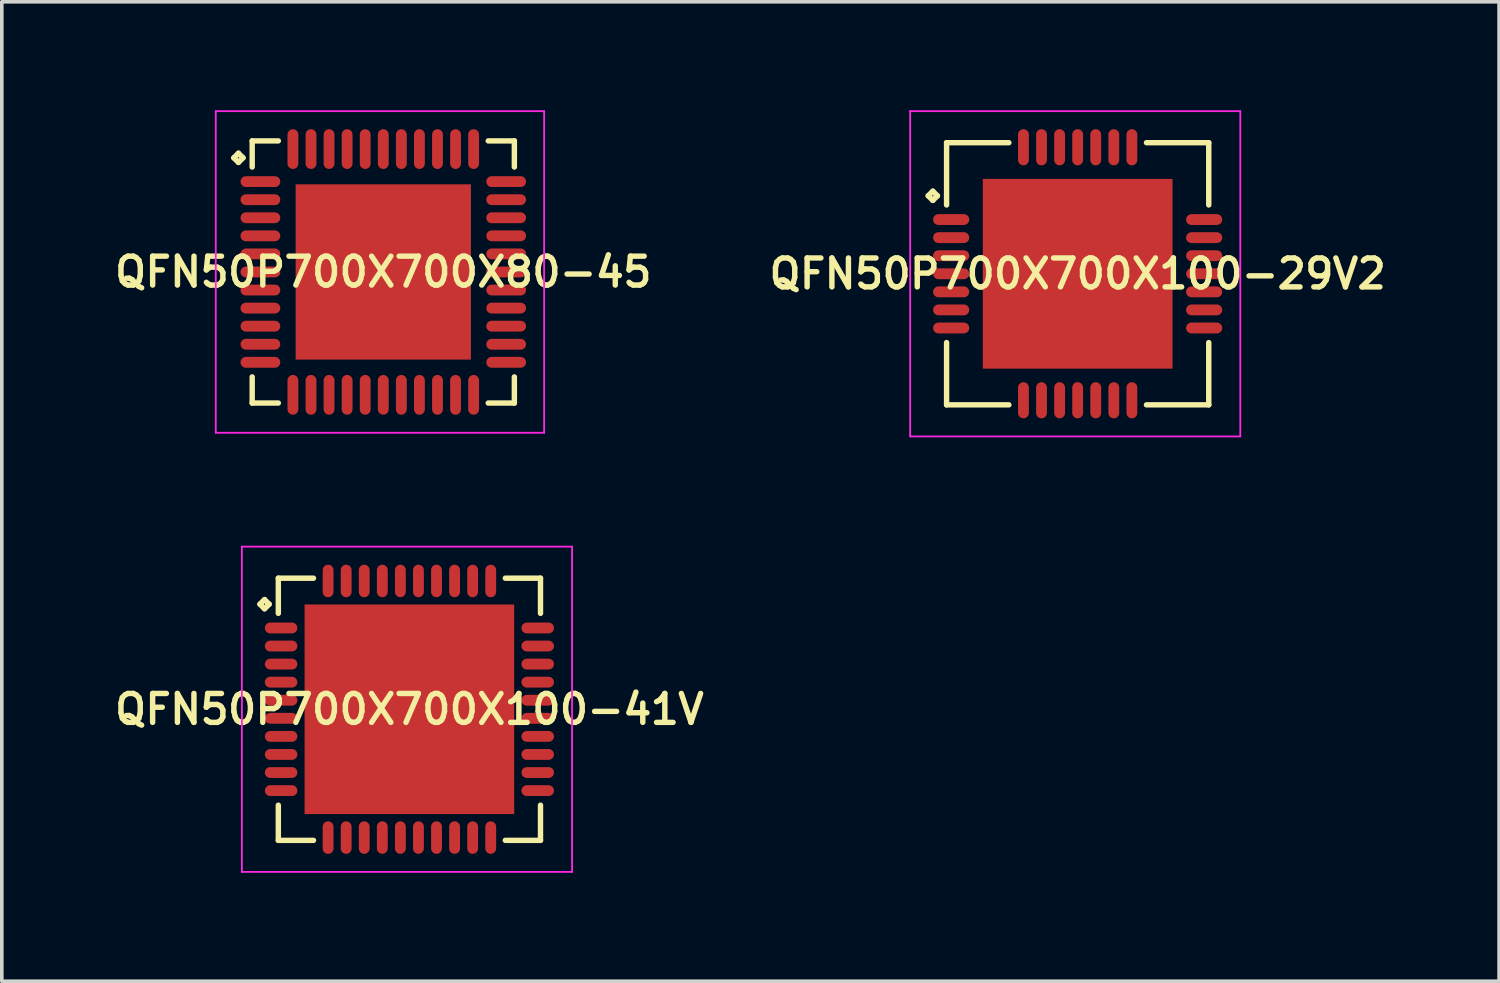
<source format=kicad_pcb>
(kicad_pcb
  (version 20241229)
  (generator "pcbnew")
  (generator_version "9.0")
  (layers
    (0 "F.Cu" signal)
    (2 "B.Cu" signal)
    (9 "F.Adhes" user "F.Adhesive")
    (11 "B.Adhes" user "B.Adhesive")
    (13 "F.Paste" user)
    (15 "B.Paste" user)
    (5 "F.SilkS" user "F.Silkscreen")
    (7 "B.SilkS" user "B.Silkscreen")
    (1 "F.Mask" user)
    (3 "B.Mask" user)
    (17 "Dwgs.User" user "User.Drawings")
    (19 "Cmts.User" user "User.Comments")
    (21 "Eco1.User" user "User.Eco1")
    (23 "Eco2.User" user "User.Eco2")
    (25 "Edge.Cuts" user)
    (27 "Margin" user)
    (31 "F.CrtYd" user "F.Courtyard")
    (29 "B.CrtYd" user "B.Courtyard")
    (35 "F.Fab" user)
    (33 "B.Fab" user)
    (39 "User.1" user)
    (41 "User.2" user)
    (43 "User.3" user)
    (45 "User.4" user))
  (footprint "QFN50P700X700X100-41V"
    (layer "F.Cu")
    (at 8.278 16.575)
    (property "Reference" "QFN50P700X700X100-41V" (at 0 0 0) (layer "F.SilkS") (effects (font (size 0.8 0.8) (thickness 0.15))))
    (attr smd)
    (fp_line (start -4.135 -2.908) (end -4.008 -3.035) (stroke (width 0.15) (type solid)) (layer "F.SilkS"))
    (fp_line (start -4.008 -3.035) (end -3.881 -2.908) (stroke (width 0.15) (type solid)) (layer "F.SilkS"))
    (fp_line (start -4.008 -2.781) (end -4.135 -2.908) (stroke (width 0.15) (type solid)) (layer "F.SilkS"))
    (fp_line (start -3.881 -2.908) (end -4.008 -2.781) (stroke (width 0.15) (type solid)) (layer "F.SilkS"))
    (fp_line (start -3.627 -3.627) (end -2.654 -3.627) (stroke (width 0.15) (type solid)) (layer "F.SilkS"))
    (fp_line (start -3.627 -2.654) (end -3.627 -3.627) (stroke (width 0.15) (type solid)) (layer "F.SilkS"))
    (fp_line (start -3.627 2.654) (end -3.627 3.627) (stroke (width 0.15) (type solid)) (layer "F.SilkS"))
    (fp_line (start -3.627 3.627) (end -2.654 3.627) (stroke (width 0.15) (type solid)) (layer "F.SilkS"))
    (fp_line (start 2.654 -3.627) (end 3.627 -3.627) (stroke (width 0.15) (type solid)) (layer "F.SilkS"))
    (fp_line (start 2.654 3.627) (end 3.627 3.627) (stroke (width 0.15) (type solid)) (layer "F.SilkS"))
    (fp_line (start 3.627 -3.627) (end 3.627 -2.654) (stroke (width 0.15) (type solid)) (layer "F.SilkS"))
    (fp_line (start 3.627 3.627) (end 3.627 2.654) (stroke (width 0.15) (type solid)) (layer "F.SilkS"))
    (fp_line (start -4.635 -4.5) (end 4.5 -4.5) (stroke (width 0.05) (type solid)) (layer "F.CrtYd"))
    (fp_line (start -4.635 4.5) (end -4.635 -4.5) (stroke (width 0.05) (type solid)) (layer "F.CrtYd"))
    (fp_line (start 4.5 -4.5) (end 4.5 4.5) (stroke (width 0.05) (type solid)) (layer "F.CrtYd"))
    (fp_line (start 4.5 4.5) (end -4.635 4.5) (stroke (width 0.05) (type solid)) (layer "F.CrtYd"))
    (pad "1" smd oval (at -3.55 -2.25) (size 0.9 0.3) (layers "F.Cu" "F.Mask" "F.Paste"))
    (pad "2" smd oval (at -3.55 -1.75) (size 0.9 0.3) (layers "F.Cu" "F.Mask" "F.Paste"))
    (pad "3" smd oval (at -3.55 -1.25) (size 0.9 0.3) (layers "F.Cu" "F.Mask" "F.Paste"))
    (pad "4" smd oval (at -3.55 -0.75) (size 0.9 0.3) (layers "F.Cu" "F.Mask" "F.Paste"))
    (pad "5" smd oval (at -3.55 -0.25) (size 0.9 0.3) (layers "F.Cu" "F.Mask" "F.Paste"))
    (pad "6" smd oval (at -3.55 0.25) (size 0.9 0.3) (layers "F.Cu" "F.Mask" "F.Paste"))
    (pad "7" smd oval (at -3.55 0.75) (size 0.9 0.3) (layers "F.Cu" "F.Mask" "F.Paste"))
    (pad "8" smd oval (at -3.55 1.25) (size 0.9 0.3) (layers "F.Cu" "F.Mask" "F.Paste"))
    (pad "9" smd oval (at -3.55 1.75) (size 0.9 0.3) (layers "F.Cu" "F.Mask" "F.Paste"))
    (pad "10" smd oval (at -3.55 2.25) (size 0.9 0.3) (layers "F.Cu" "F.Mask" "F.Paste"))
    (pad "11" smd oval (at -2.25 3.55) (size 0.3 0.9) (layers "F.Cu" "F.Mask" "F.Paste"))
    (pad "12" smd oval (at -1.75 3.55) (size 0.3 0.9) (layers "F.Cu" "F.Mask" "F.Paste"))
    (pad "13" smd oval (at -1.25 3.55) (size 0.3 0.9) (layers "F.Cu" "F.Mask" "F.Paste"))
    (pad "14" smd oval (at -0.75 3.55) (size 0.3 0.9) (layers "F.Cu" "F.Mask" "F.Paste"))
    (pad "15" smd oval (at -0.25 3.55) (size 0.3 0.9) (layers "F.Cu" "F.Mask" "F.Paste"))
    (pad "16" smd oval (at 0.25 3.55) (size 0.3 0.9) (layers "F.Cu" "F.Mask" "F.Paste"))
    (pad "17" smd oval (at 0.75 3.55) (size 0.3 0.9) (layers "F.Cu" "F.Mask" "F.Paste"))
    (pad "18" smd oval (at 1.25 3.55) (size 0.3 0.9) (layers "F.Cu" "F.Mask" "F.Paste"))
    (pad "19" smd oval (at 1.75 3.55) (size 0.3 0.9) (layers "F.Cu" "F.Mask" "F.Paste"))
    (pad "20" smd oval (at 2.25 3.55) (size 0.3 0.9) (layers "F.Cu" "F.Mask" "F.Paste"))
    (pad "21" smd oval (at 3.55 2.25) (size 0.9 0.3) (layers "F.Cu" "F.Mask" "F.Paste"))
    (pad "22" smd oval (at 3.55 1.75) (size 0.9 0.3) (layers "F.Cu" "F.Mask" "F.Paste"))
    (pad "23" smd oval (at 3.55 1.25) (size 0.9 0.3) (layers "F.Cu" "F.Mask" "F.Paste"))
    (pad "24" smd oval (at 3.55 0.75) (size 0.9 0.3) (layers "F.Cu" "F.Mask" "F.Paste"))
    (pad "25" smd oval (at 3.55 0.25) (size 0.9 0.3) (layers "F.Cu" "F.Mask" "F.Paste"))
    (pad "26" smd oval (at 3.55 -0.25) (size 0.9 0.3) (layers "F.Cu" "F.Mask" "F.Paste"))
    (pad "27" smd oval (at 3.55 -0.75) (size 0.9 0.3) (layers "F.Cu" "F.Mask" "F.Paste"))
    (pad "28" smd oval (at 3.55 -1.25) (size 0.9 0.3) (layers "F.Cu" "F.Mask" "F.Paste"))
    (pad "29" smd oval (at 3.55 -1.75) (size 0.9 0.3) (layers "F.Cu" "F.Mask" "F.Paste"))
    (pad "30" smd oval (at 3.55 -2.25) (size 0.9 0.3) (layers "F.Cu" "F.Mask" "F.Paste"))
    (pad "31" smd oval (at 2.25 -3.55) (size 0.3 0.9) (layers "F.Cu" "F.Mask" "F.Paste"))
    (pad "32" smd oval (at 1.75 -3.55) (size 0.3 0.9) (layers "F.Cu" "F.Mask" "F.Paste"))
    (pad "33" smd oval (at 1.25 -3.55) (size 0.3 0.9) (layers "F.Cu" "F.Mask" "F.Paste"))
    (pad "34" smd oval (at 0.75 -3.55) (size 0.3 0.9) (layers "F.Cu" "F.Mask" "F.Paste"))
    (pad "35" smd oval (at 0.25 -3.55) (size 0.3 0.9) (layers "F.Cu" "F.Mask" "F.Paste"))
    (pad "36" smd oval (at -0.25 -3.55) (size 0.3 0.9) (layers "F.Cu" "F.Mask" "F.Paste"))
    (pad "37" smd oval (at -0.75 -3.55) (size 0.3 0.9) (layers "F.Cu" "F.Mask" "F.Paste"))
    (pad "38" smd oval (at -1.25 -3.55) (size 0.3 0.9) (layers "F.Cu" "F.Mask" "F.Paste"))
    (pad "39" smd oval (at -1.75 -3.55) (size 0.3 0.9) (layers "F.Cu" "F.Mask" "F.Paste"))
    (pad "40" smd oval (at -2.25 -3.55) (size 0.3 0.9) (layers "F.Cu" "F.Mask" "F.Paste"))
    (pad "41" smd rect (at 0 0) (size 5.8 5.8) (layers "F.Cu" "F.Mask" "F.Paste")))
  (footprint "QFN50P700X700X80-45"
    (layer "F.Cu")
    (at 7.555 4.475)
    (property "Reference" "QFN50P700X700X80-45" (at 0 0 0) (layer "F.SilkS") (effects (font (size 0.8 0.8) (thickness 0.15))))
    (attr smd)
    (fp_line (start -4.135 -3.158) (end -4.008 -3.285) (stroke (width 0.15) (type solid)) (layer "F.SilkS"))
    (fp_line (start -4.008 -3.285) (end -3.881 -3.158) (stroke (width 0.15) (type solid)) (layer "F.SilkS"))
    (fp_line (start -4.008 -3.031) (end -4.135 -3.158) (stroke (width 0.15) (type solid)) (layer "F.SilkS"))
    (fp_line (start -3.881 -3.158) (end -4.008 -3.031) (stroke (width 0.15) (type solid)) (layer "F.SilkS"))
    (fp_line (start -3.627 -3.627) (end -2.904 -3.627) (stroke (width 0.15) (type solid)) (layer "F.SilkS"))
    (fp_line (start -3.627 -2.904) (end -3.627 -3.627) (stroke (width 0.15) (type solid)) (layer "F.SilkS"))
    (fp_line (start -3.627 2.904) (end -3.627 3.627) (stroke (width 0.15) (type solid)) (layer "F.SilkS"))
    (fp_line (start -3.627 3.627) (end -2.904 3.627) (stroke (width 0.15) (type solid)) (layer "F.SilkS"))
    (fp_line (start 2.904 -3.627) (end 3.627 -3.627) (stroke (width 0.15) (type solid)) (layer "F.SilkS"))
    (fp_line (start 2.904 3.627) (end 3.627 3.627) (stroke (width 0.15) (type solid)) (layer "F.SilkS"))
    (fp_line (start 3.627 -3.627) (end 3.627 -2.904) (stroke (width 0.15) (type solid)) (layer "F.SilkS"))
    (fp_line (start 3.627 3.627) (end 3.627 2.904) (stroke (width 0.15) (type solid)) (layer "F.SilkS"))
    (fp_line (start -4.635 -4.45) (end 4.45 -4.45) (stroke (width 0.05) (type solid)) (layer "F.CrtYd"))
    (fp_line (start -4.635 4.45) (end -4.635 -4.45) (stroke (width 0.05) (type solid)) (layer "F.CrtYd"))
    (fp_line (start 4.45 -4.45) (end 4.45 4.45) (stroke (width 0.05) (type solid)) (layer "F.CrtYd"))
    (fp_line (start 4.45 4.45) (end -4.635 4.45) (stroke (width 0.05) (type solid)) (layer "F.CrtYd"))
    (pad "1" smd oval (at -3.4 -2.5) (size 1.1 0.3) (layers "F.Cu" "F.Mask" "F.Paste"))
    (pad "2" smd oval (at -3.4 -2) (size 1.1 0.3) (layers "F.Cu" "F.Mask" "F.Paste"))
    (pad "3" smd oval (at -3.4 -1.5) (size 1.1 0.3) (layers "F.Cu" "F.Mask" "F.Paste"))
    (pad "4" smd oval (at -3.4 -1) (size 1.1 0.3) (layers "F.Cu" "F.Mask" "F.Paste"))
    (pad "5" smd oval (at -3.4 -0.5) (size 1.1 0.3) (layers "F.Cu" "F.Mask" "F.Paste"))
    (pad "6" smd oval (at -3.4 0) (size 1.1 0.3) (layers "F.Cu" "F.Mask" "F.Paste"))
    (pad "7" smd oval (at -3.4 0.5) (size 1.1 0.3) (layers "F.Cu" "F.Mask" "F.Paste"))
    (pad "8" smd oval (at -3.4 1) (size 1.1 0.3) (layers "F.Cu" "F.Mask" "F.Paste"))
    (pad "9" smd oval (at -3.4 1.5) (size 1.1 0.3) (layers "F.Cu" "F.Mask" "F.Paste"))
    (pad "10" smd oval (at -3.4 2) (size 1.1 0.3) (layers "F.Cu" "F.Mask" "F.Paste"))
    (pad "11" smd oval (at -3.4 2.5) (size 1.1 0.3) (layers "F.Cu" "F.Mask" "F.Paste"))
    (pad "12" smd oval (at -2.5 3.4) (size 0.3 1.1) (layers "F.Cu" "F.Mask" "F.Paste"))
    (pad "13" smd oval (at -2 3.4) (size 0.3 1.1) (layers "F.Cu" "F.Mask" "F.Paste"))
    (pad "14" smd oval (at -1.5 3.4) (size 0.3 1.1) (layers "F.Cu" "F.Mask" "F.Paste"))
    (pad "15" smd oval (at -1 3.4) (size 0.3 1.1) (layers "F.Cu" "F.Mask" "F.Paste"))
    (pad "16" smd oval (at -0.5 3.4) (size 0.3 1.1) (layers "F.Cu" "F.Mask" "F.Paste"))
    (pad "17" smd oval (at 0 3.4) (size 0.3 1.1) (layers "F.Cu" "F.Mask" "F.Paste"))
    (pad "18" smd oval (at 0.5 3.4) (size 0.3 1.1) (layers "F.Cu" "F.Mask" "F.Paste"))
    (pad "19" smd oval (at 1 3.4) (size 0.3 1.1) (layers "F.Cu" "F.Mask" "F.Paste"))
    (pad "20" smd oval (at 1.5 3.4) (size 0.3 1.1) (layers "F.Cu" "F.Mask" "F.Paste"))
    (pad "21" smd oval (at 2 3.4) (size 0.3 1.1) (layers "F.Cu" "F.Mask" "F.Paste"))
    (pad "22" smd oval (at 2.5 3.4) (size 0.3 1.1) (layers "F.Cu" "F.Mask" "F.Paste"))
    (pad "23" smd oval (at 3.4 2.5) (size 1.1 0.3) (layers "F.Cu" "F.Mask" "F.Paste"))
    (pad "24" smd oval (at 3.4 2) (size 1.1 0.3) (layers "F.Cu" "F.Mask" "F.Paste"))
    (pad "25" smd oval (at 3.4 1.5) (size 1.1 0.3) (layers "F.Cu" "F.Mask" "F.Paste"))
    (pad "26" smd oval (at 3.4 1) (size 1.1 0.3) (layers "F.Cu" "F.Mask" "F.Paste"))
    (pad "27" smd oval (at 3.4 0.5) (size 1.1 0.3) (layers "F.Cu" "F.Mask" "F.Paste"))
    (pad "28" smd oval (at 3.4 0) (size 1.1 0.3) (layers "F.Cu" "F.Mask" "F.Paste"))
    (pad "29" smd oval (at 3.4 -0.5) (size 1.1 0.3) (layers "F.Cu" "F.Mask" "F.Paste"))
    (pad "30" smd oval (at 3.4 -1) (size 1.1 0.3) (layers "F.Cu" "F.Mask" "F.Paste"))
    (pad "31" smd oval (at 3.4 -1.5) (size 1.1 0.3) (layers "F.Cu" "F.Mask" "F.Paste"))
    (pad "32" smd oval (at 3.4 -2) (size 1.1 0.3) (layers "F.Cu" "F.Mask" "F.Paste"))
    (pad "33" smd oval (at 3.4 -2.5) (size 1.1 0.3) (layers "F.Cu" "F.Mask" "F.Paste"))
    (pad "34" smd oval (at 2.5 -3.4) (size 0.3 1.1) (layers "F.Cu" "F.Mask" "F.Paste"))
    (pad "35" smd oval (at 2 -3.4) (size 0.3 1.1) (layers "F.Cu" "F.Mask" "F.Paste"))
    (pad "36" smd oval (at 1.5 -3.4) (size 0.3 1.1) (layers "F.Cu" "F.Mask" "F.Paste"))
    (pad "37" smd oval (at 1 -3.4) (size 0.3 1.1) (layers "F.Cu" "F.Mask" "F.Paste"))
    (pad "38" smd oval (at 0.5 -3.4) (size 0.3 1.1) (layers "F.Cu" "F.Mask" "F.Paste"))
    (pad "39" smd oval (at 0 -3.4) (size 0.3 1.1) (layers "F.Cu" "F.Mask" "F.Paste"))
    (pad "40" smd oval (at -0.5 -3.4) (size 0.3 1.1) (layers "F.Cu" "F.Mask" "F.Paste"))
    (pad "41" smd oval (at -1 -3.4) (size 0.3 1.1) (layers "F.Cu" "F.Mask" "F.Paste"))
    (pad "42" smd oval (at -1.5 -3.4) (size 0.3 1.1) (layers "F.Cu" "F.Mask" "F.Paste"))
    (pad "43" smd oval (at -2 -3.4) (size 0.3 1.1) (layers "F.Cu" "F.Mask" "F.Paste"))
    (pad "44" smd oval (at -2.5 -3.4) (size 0.3 1.1) (layers "F.Cu" "F.Mask" "F.Paste"))
    (pad "45" smd rect (at 0 0) (size 4.85 4.85) (layers "F.Cu" "F.Mask" "F.Paste")))
  (footprint "QFN50P700X700X100-29V2"
    (layer "F.Cu")
    (at 26.768 4.525)
    (property "Reference" "QFN50P700X700X100-29V2" (at 0 0 0) (layer "F.SilkS") (effects (font (size 0.8 0.8) (thickness 0.15))))
    (attr smd)
    (fp_line (start -4.135 -2.158) (end -4.008 -2.285) (stroke (width 0.15) (type solid)) (layer "F.SilkS"))
    (fp_line (start -4.008 -2.285) (end -3.881 -2.158) (stroke (width 0.15) (type solid)) (layer "F.SilkS"))
    (fp_line (start -4.008 -2.031) (end -4.135 -2.158) (stroke (width 0.15) (type solid)) (layer "F.SilkS"))
    (fp_line (start -3.881 -2.158) (end -4.008 -2.031) (stroke (width 0.15) (type solid)) (layer "F.SilkS"))
    (fp_line (start -3.627 -3.627) (end -1.904 -3.627) (stroke (width 0.15) (type solid)) (layer "F.SilkS"))
    (fp_line (start -3.627 -1.904) (end -3.627 -3.627) (stroke (width 0.15) (type solid)) (layer "F.SilkS"))
    (fp_line (start -3.627 1.904) (end -3.627 3.627) (stroke (width 0.15) (type solid)) (layer "F.SilkS"))
    (fp_line (start -3.627 3.627) (end -1.904 3.627) (stroke (width 0.15) (type solid)) (layer "F.SilkS"))
    (fp_line (start 1.904 -3.627) (end 3.627 -3.627) (stroke (width 0.15) (type solid)) (layer "F.SilkS"))
    (fp_line (start 1.904 3.627) (end 3.627 3.627) (stroke (width 0.15) (type solid)) (layer "F.SilkS"))
    (fp_line (start 3.627 -3.627) (end 3.627 -1.904) (stroke (width 0.15) (type solid)) (layer "F.SilkS"))
    (fp_line (start 3.627 3.627) (end 3.627 1.904) (stroke (width 0.15) (type solid)) (layer "F.SilkS"))
    (fp_line (start -4.635 -4.5) (end 4.5 -4.5) (stroke (width 0.05) (type solid)) (layer "F.CrtYd"))
    (fp_line (start -4.635 4.5) (end -4.635 -4.5) (stroke (width 0.05) (type solid)) (layer "F.CrtYd"))
    (fp_line (start 4.5 -4.5) (end 4.5 4.5) (stroke (width 0.05) (type solid)) (layer "F.CrtYd"))
    (fp_line (start 4.5 4.5) (end -4.635 4.5) (stroke (width 0.05) (type solid)) (layer "F.CrtYd"))
    (pad "1" smd oval (at -3.5 -1.5) (size 1 0.3) (layers "F.Cu" "F.Mask" "F.Paste"))
    (pad "2" smd oval (at -3.5 -1) (size 1 0.3) (layers "F.Cu" "F.Mask" "F.Paste"))
    (pad "3" smd oval (at -3.5 -0.5) (size 1 0.3) (layers "F.Cu" "F.Mask" "F.Paste"))
    (pad "4" smd oval (at -3.5 0) (size 1 0.3) (layers "F.Cu" "F.Mask" "F.Paste"))
    (pad "5" smd oval (at -3.5 0.5) (size 1 0.3) (layers "F.Cu" "F.Mask" "F.Paste"))
    (pad "6" smd oval (at -3.5 1) (size 1 0.3) (layers "F.Cu" "F.Mask" "F.Paste"))
    (pad "7" smd oval (at -3.5 1.5) (size 1 0.3) (layers "F.Cu" "F.Mask" "F.Paste"))
    (pad "8" smd oval (at -1.5 3.5) (size 0.3 1) (layers "F.Cu" "F.Mask" "F.Paste"))
    (pad "9" smd oval (at -1 3.5) (size 0.3 1) (layers "F.Cu" "F.Mask" "F.Paste"))
    (pad "10" smd oval (at -0.5 3.5) (size 0.3 1) (layers "F.Cu" "F.Mask" "F.Paste"))
    (pad "11" smd oval (at 0 3.5) (size 0.3 1) (layers "F.Cu" "F.Mask" "F.Paste"))
    (pad "12" smd oval (at 0.5 3.5) (size 0.3 1) (layers "F.Cu" "F.Mask" "F.Paste"))
    (pad "13" smd oval (at 1 3.5) (size 0.3 1) (layers "F.Cu" "F.Mask" "F.Paste"))
    (pad "14" smd oval (at 1.5 3.5) (size 0.3 1) (layers "F.Cu" "F.Mask" "F.Paste"))
    (pad "15" smd oval (at 3.5 1.5) (size 1 0.3) (layers "F.Cu" "F.Mask" "F.Paste"))
    (pad "16" smd oval (at 3.5 1) (size 1 0.3) (layers "F.Cu" "F.Mask" "F.Paste"))
    (pad "17" smd oval (at 3.5 0.5) (size 1 0.3) (layers "F.Cu" "F.Mask" "F.Paste"))
    (pad "18" smd oval (at 3.5 0) (size 1 0.3) (layers "F.Cu" "F.Mask" "F.Paste"))
    (pad "19" smd oval (at 3.5 -0.5) (size 1 0.3) (layers "F.Cu" "F.Mask" "F.Paste"))
    (pad "20" smd oval (at 3.5 -1) (size 1 0.3) (layers "F.Cu" "F.Mask" "F.Paste"))
    (pad "21" smd oval (at 3.5 -1.5) (size 1 0.3) (layers "F.Cu" "F.Mask" "F.Paste"))
    (pad "22" smd oval (at 1.5 -3.5) (size 0.3 1) (layers "F.Cu" "F.Mask" "F.Paste"))
    (pad "23" smd oval (at 1 -3.5) (size 0.3 1) (layers "F.Cu" "F.Mask" "F.Paste"))
    (pad "24" smd oval (at 0.5 -3.5) (size 0.3 1) (layers "F.Cu" "F.Mask" "F.Paste"))
    (pad "25" smd oval (at 0 -3.5) (size 0.3 1) (layers "F.Cu" "F.Mask" "F.Paste"))
    (pad "26" smd oval (at -0.5 -3.5) (size 0.3 1) (layers "F.Cu" "F.Mask" "F.Paste"))
    (pad "27" smd oval (at -1 -3.5) (size 0.3 1) (layers "F.Cu" "F.Mask" "F.Paste"))
    (pad "28" smd oval (at -1.5 -3.5) (size 0.3 1) (layers "F.Cu" "F.Mask" "F.Paste"))
    (pad "29" smd rect (at 0 0) (size 5.25 5.25) (layers "F.Cu" "F.Mask" "F.Paste")))
  (gr_rect
    (start -3 -3)
    (end 38.428 24.1)
    (stroke (width 0.1) (type default))
    (fill no)
    (layer "Edge.Cuts")))
</source>
